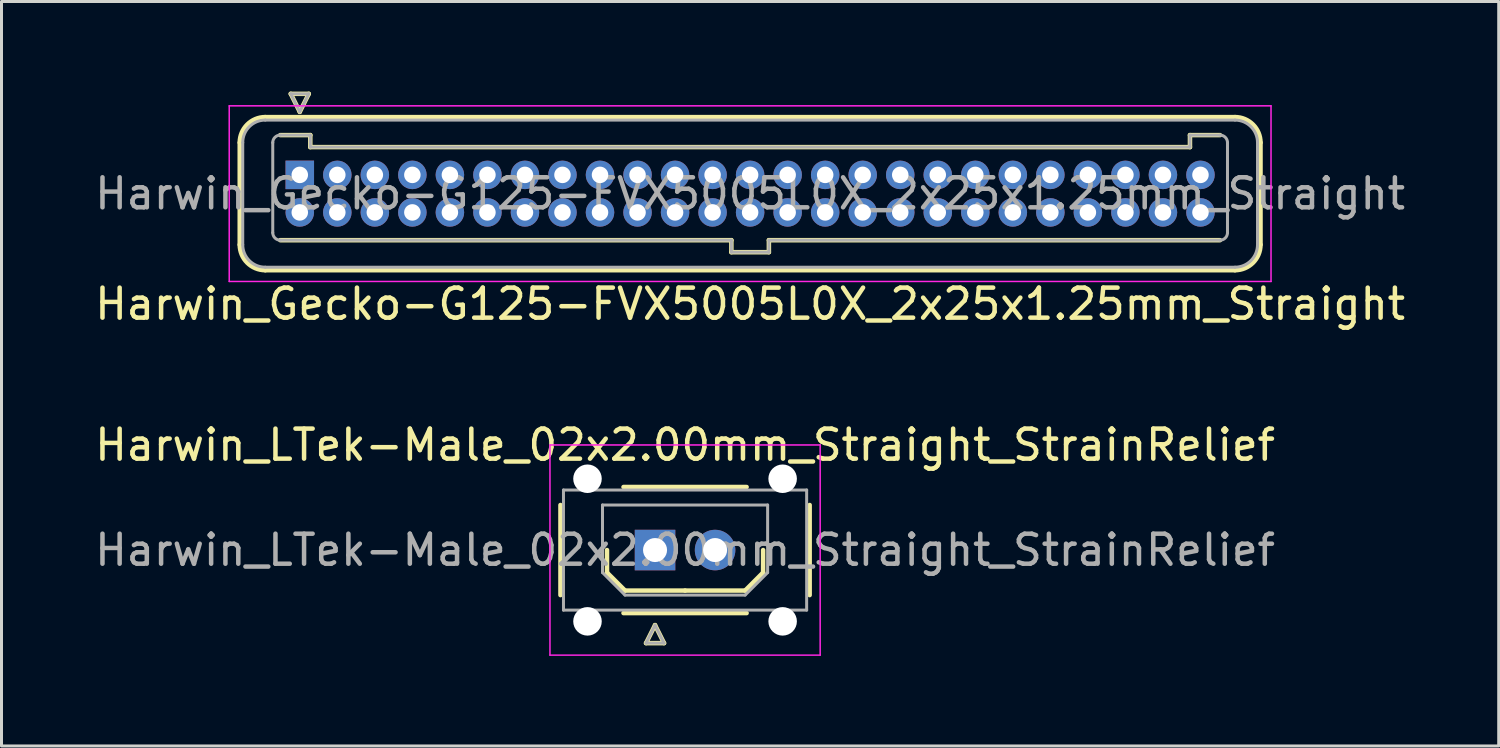
<source format=kicad_pcb>
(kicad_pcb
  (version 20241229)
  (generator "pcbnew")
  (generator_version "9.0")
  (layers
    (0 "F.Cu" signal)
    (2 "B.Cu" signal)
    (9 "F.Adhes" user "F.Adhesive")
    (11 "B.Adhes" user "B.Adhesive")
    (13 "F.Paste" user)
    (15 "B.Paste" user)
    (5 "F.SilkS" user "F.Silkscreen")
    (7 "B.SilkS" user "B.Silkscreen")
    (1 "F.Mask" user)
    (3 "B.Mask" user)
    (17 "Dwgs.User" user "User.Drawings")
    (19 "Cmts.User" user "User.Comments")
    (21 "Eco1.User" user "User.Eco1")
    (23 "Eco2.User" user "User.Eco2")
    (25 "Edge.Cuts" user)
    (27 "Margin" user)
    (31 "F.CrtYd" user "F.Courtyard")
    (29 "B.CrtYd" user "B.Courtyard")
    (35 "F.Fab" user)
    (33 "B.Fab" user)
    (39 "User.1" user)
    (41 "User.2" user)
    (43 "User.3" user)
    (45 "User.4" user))
  (footprint "Harwin_Gecko-G125-FVX5005L0X_2x25x1.25mm_Straight"
    (layer "F.Cu")
    (at 6.935 2.775)
    (property "Reference" "Harwin_Gecko-G125-FVX5005L0X_2x25x1.25mm_Straight" (at 15 4.3 0) (layer "F.SilkS") (effects (font (size 1 1) (thickness 0.15))))
    (attr through_hole)
    (fp_line (start -2 -1.075) (end -2 2.325) (stroke (width 0.15) (type solid)) (layer "F.SilkS"))
    (fp_line (start -1.15 -1.925) (end 31.15 -1.925) (stroke (width 0.15) (type solid)) (layer "F.SilkS"))
    (fp_line (start -1.15 3.175) (end 31.15 3.175) (stroke (width 0.15) (type solid)) (layer "F.SilkS"))
    (fp_line (start -0.65 -1.325) (end 0.35 -1.325) (stroke (width 0.15) (type solid)) (layer "F.SilkS"))
    (fp_line (start -0.65 2.175) (end 14.375 2.175) (stroke (width 0.15) (type solid)) (layer "F.SilkS"))
    (fp_line (start -0.3 -2.7) (end 0.3 -2.7) (stroke (width 0.15) (type solid)) (layer "F.SilkS"))
    (fp_line (start 0 -2.1) (end -0.3 -2.7) (stroke (width 0.15) (type solid)) (layer "F.SilkS"))
    (fp_line (start 0.3 -2.7) (end 0 -2.1) (stroke (width 0.15) (type solid)) (layer "F.SilkS"))
    (fp_line (start 0.35 -1.325) (end 0.35 -0.925) (stroke (width 0.15) (type solid)) (layer "F.SilkS"))
    (fp_line (start 0.35 -0.925) (end 29.65 -0.925) (stroke (width 0.15) (type solid)) (layer "F.SilkS"))
    (fp_line (start 14.375 2.175) (end 14.375 2.575) (stroke (width 0.15) (type solid)) (layer "F.SilkS"))
    (fp_line (start 14.375 2.575) (end 15.625 2.575) (stroke (width 0.15) (type solid)) (layer "F.SilkS"))
    (fp_line (start 15.625 2.175) (end 30.65 2.175) (stroke (width 0.15) (type solid)) (layer "F.SilkS"))
    (fp_line (start 15.625 2.575) (end 15.625 2.175) (stroke (width 0.15) (type solid)) (layer "F.SilkS"))
    (fp_line (start 29.65 -1.325) (end 30.65 -1.325) (stroke (width 0.15) (type solid)) (layer "F.SilkS"))
    (fp_line (start 29.65 -0.925) (end 29.65 -1.325) (stroke (width 0.15) (type solid)) (layer "F.SilkS"))
    (fp_line (start 32 -1.075) (end 32 2.325) (stroke (width 0.15) (type solid)) (layer "F.SilkS"))
    (fp_arc (start -2 -1.075) (mid -1.751041 -1.676041) (end -1.15 -1.925) (stroke (width 0.15) (type solid)) (layer "F.SilkS"))
    (fp_arc (start -1.15 3.175) (mid -1.751041 2.926041) (end -2 2.325) (stroke (width 0.15) (type solid)) (layer "F.SilkS"))
    (fp_arc (start 31.15 -1.925) (mid 31.751041 -1.676041) (end 32 -1.075) (stroke (width 0.15) (type solid)) (layer "F.SilkS"))
    (fp_arc (start 32 2.325) (mid 31.751041 2.926041) (end 31.15 3.175) (stroke (width 0.15) (type solid)) (layer "F.SilkS"))
    (fp_line (start -2.35 -2.3) (end -2.35 3.55) (stroke (width 0.05) (type solid)) (layer "F.CrtYd"))
    (fp_line (start -2.35 3.55) (end 32.35 3.55) (stroke (width 0.05) (type solid)) (layer "F.CrtYd"))
    (fp_line (start 32.35 -2.3) (end -2.35 -2.3) (stroke (width 0.05) (type solid)) (layer "F.CrtYd"))
    (fp_line (start 32.35 3.55) (end 32.35 -2.3) (stroke (width 0.05) (type solid)) (layer "F.CrtYd"))
    (fp_line (start -1.9 -1.075) (end -1.9 2.325) (stroke (width 0.1) (type solid)) (layer "F.Fab"))
    (fp_line (start -1.15 -1.825) (end 31.15 -1.825) (stroke (width 0.1) (type solid)) (layer "F.Fab"))
    (fp_line (start -1.15 3.075) (end 31.15 3.075) (stroke (width 0.1) (type solid)) (layer "F.Fab"))
    (fp_line (start -0.9 -1.075) (end -0.9 1.925) (stroke (width 0.1) (type solid)) (layer "F.Fab"))
    (fp_line (start -0.65 -1.325) (end 0.35 -1.325) (stroke (width 0.1) (type solid)) (layer "F.Fab"))
    (fp_line (start -0.65 2.175) (end 14.375 2.175) (stroke (width 0.1) (type solid)) (layer "F.Fab"))
    (fp_line (start -0.3 -2.7) (end 0.3 -2.7) (stroke (width 0.1) (type solid)) (layer "F.Fab"))
    (fp_line (start 0 -2.1) (end -0.3 -2.7) (stroke (width 0.1) (type solid)) (layer "F.Fab"))
    (fp_line (start 0.3 -2.7) (end 0 -2.1) (stroke (width 0.1) (type solid)) (layer "F.Fab"))
    (fp_line (start 0.35 -1.325) (end 0.35 -0.925) (stroke (width 0.1) (type solid)) (layer "F.Fab"))
    (fp_line (start 0.35 -0.925) (end 29.65 -0.925) (stroke (width 0.1) (type solid)) (layer "F.Fab"))
    (fp_line (start 14.375 2.175) (end 14.375 2.575) (stroke (width 0.1) (type solid)) (layer "F.Fab"))
    (fp_line (start 14.375 2.575) (end 15.625 2.575) (stroke (width 0.1) (type solid)) (layer "F.Fab"))
    (fp_line (start 15.625 2.175) (end 30.65 2.175) (stroke (width 0.1) (type solid)) (layer "F.Fab"))
    (fp_line (start 15.625 2.575) (end 15.625 2.175) (stroke (width 0.1) (type solid)) (layer "F.Fab"))
    (fp_line (start 29.65 -1.325) (end 30.65 -1.325) (stroke (width 0.1) (type solid)) (layer "F.Fab"))
    (fp_line (start 29.65 -0.925) (end 29.65 -1.325) (stroke (width 0.1) (type solid)) (layer "F.Fab"))
    (fp_line (start 30.9 -1.075) (end 30.9 1.925) (stroke (width 0.1) (type solid)) (layer "F.Fab"))
    (fp_line (start 31.9 -1.075) (end 31.9 2.325) (stroke (width 0.1) (type solid)) (layer "F.Fab"))
    (fp_arc (start -1.9 -1.075) (mid -1.68033 -1.60533) (end -1.15 -1.825) (stroke (width 0.1) (type solid)) (layer "F.Fab"))
    (fp_arc (start -1.15 3.075) (mid -1.68033 2.85533) (end -1.9 2.325) (stroke (width 0.1) (type solid)) (layer "F.Fab"))
    (fp_arc (start -0.9 -1.075) (mid -0.826777 -1.251777) (end -0.65 -1.325) (stroke (width 0.1) (type solid)) (layer "F.Fab"))
    (fp_arc (start -0.65 2.175) (mid -0.826777 2.101777) (end -0.9 1.925) (stroke (width 0.1) (type solid)) (layer "F.Fab"))
    (fp_arc (start 30.65 -1.325) (mid 30.826777 -1.251777) (end 30.9 -1.075) (stroke (width 0.1) (type solid)) (layer "F.Fab"))
    (fp_arc (start 30.9 1.925) (mid 30.826777 2.101777) (end 30.65 2.175) (stroke (width 0.1) (type solid)) (layer "F.Fab"))
    (fp_arc (start 31.15 -1.825) (mid 31.68033 -1.60533) (end 31.9 -1.075) (stroke (width 0.1) (type solid)) (layer "F.Fab"))
    (fp_arc (start 31.9 2.325) (mid 31.68033 2.85533) (end 31.15 3.075) (stroke (width 0.1) (type solid)) (layer "F.Fab"))
    (fp_text user "${REFERENCE}" (at 15 0.625 0) (layer "F.Fab") (effects (font (size 1 1) (thickness 0.15))))
    (pad "1" thru_hole rect (at 0 0) (size 0.95 0.95) (drill 0.55) (layers "*.Cu" "*.Mask"))
    (pad "2" thru_hole circle (at 1.25 0) (size 0.95 0.95) (drill 0.55) (layers "*.Cu" "*.Mask"))
    (pad "3" thru_hole circle (at 2.5 0) (size 0.95 0.95) (drill 0.55) (layers "*.Cu" "*.Mask"))
    (pad "4" thru_hole circle (at 3.75 0) (size 0.95 0.95) (drill 0.55) (layers "*.Cu" "*.Mask"))
    (pad "5" thru_hole circle (at 5 0) (size 0.95 0.95) (drill 0.55) (layers "*.Cu" "*.Mask"))
    (pad "6" thru_hole circle (at 6.25 0) (size 0.95 0.95) (drill 0.55) (layers "*.Cu" "*.Mask"))
    (pad "7" thru_hole circle (at 7.5 0) (size 0.95 0.95) (drill 0.55) (layers "*.Cu" "*.Mask"))
    (pad "8" thru_hole circle (at 8.75 0) (size 0.95 0.95) (drill 0.55) (layers "*.Cu" "*.Mask"))
    (pad "9" thru_hole circle (at 10 0) (size 0.95 0.95) (drill 0.55) (layers "*.Cu" "*.Mask"))
    (pad "10" thru_hole circle (at 11.25 0) (size 0.95 0.95) (drill 0.55) (layers "*.Cu" "*.Mask"))
    (pad "11" thru_hole circle (at 12.5 0) (size 0.95 0.95) (drill 0.55) (layers "*.Cu" "*.Mask"))
    (pad "12" thru_hole circle (at 13.75 0) (size 0.95 0.95) (drill 0.55) (layers "*.Cu" "*.Mask"))
    (pad "13" thru_hole circle (at 15 0) (size 0.95 0.95) (drill 0.55) (layers "*.Cu" "*.Mask"))
    (pad "14" thru_hole circle (at 16.25 0) (size 0.95 0.95) (drill 0.55) (layers "*.Cu" "*.Mask"))
    (pad "15" thru_hole circle (at 17.5 0) (size 0.95 0.95) (drill 0.55) (layers "*.Cu" "*.Mask"))
    (pad "16" thru_hole circle (at 18.75 0) (size 0.95 0.95) (drill 0.55) (layers "*.Cu" "*.Mask"))
    (pad "17" thru_hole circle (at 20 0) (size 0.95 0.95) (drill 0.55) (layers "*.Cu" "*.Mask"))
    (pad "18" thru_hole circle (at 21.25 0) (size 0.95 0.95) (drill 0.55) (layers "*.Cu" "*.Mask"))
    (pad "19" thru_hole circle (at 22.5 0) (size 0.95 0.95) (drill 0.55) (layers "*.Cu" "*.Mask"))
    (pad "20" thru_hole circle (at 23.75 0) (size 0.95 0.95) (drill 0.55) (layers "*.Cu" "*.Mask"))
    (pad "21" thru_hole circle (at 25 0) (size 0.95 0.95) (drill 0.55) (layers "*.Cu" "*.Mask"))
    (pad "22" thru_hole circle (at 26.25 0) (size 0.95 0.95) (drill 0.55) (layers "*.Cu" "*.Mask"))
    (pad "23" thru_hole circle (at 27.5 0) (size 0.95 0.95) (drill 0.55) (layers "*.Cu" "*.Mask"))
    (pad "24" thru_hole circle (at 28.75 0) (size 0.95 0.95) (drill 0.55) (layers "*.Cu" "*.Mask"))
    (pad "25" thru_hole circle (at 30 0) (size 0.95 0.95) (drill 0.55) (layers "*.Cu" "*.Mask"))
    (pad "26" thru_hole circle (at 0 1.25) (size 0.95 0.95) (drill 0.55) (layers "*.Cu" "*.Mask"))
    (pad "27" thru_hole circle (at 1.25 1.25) (size 0.95 0.95) (drill 0.55) (layers "*.Cu" "*.Mask"))
    (pad "28" thru_hole circle (at 2.5 1.25) (size 0.95 0.95) (drill 0.55) (layers "*.Cu" "*.Mask"))
    (pad "29" thru_hole circle (at 3.75 1.25) (size 0.95 0.95) (drill 0.55) (layers "*.Cu" "*.Mask"))
    (pad "30" thru_hole circle (at 5 1.25) (size 0.95 0.95) (drill 0.55) (layers "*.Cu" "*.Mask"))
    (pad "31" thru_hole circle (at 6.25 1.25) (size 0.95 0.95) (drill 0.55) (layers "*.Cu" "*.Mask"))
    (pad "32" thru_hole circle (at 7.5 1.25) (size 0.95 0.95) (drill 0.55) (layers "*.Cu" "*.Mask"))
    (pad "33" thru_hole circle (at 8.75 1.25) (size 0.95 0.95) (drill 0.55) (layers "*.Cu" "*.Mask"))
    (pad "34" thru_hole circle (at 10 1.25) (size 0.95 0.95) (drill 0.55) (layers "*.Cu" "*.Mask"))
    (pad "35" thru_hole circle (at 11.25 1.25) (size 0.95 0.95) (drill 0.55) (layers "*.Cu" "*.Mask"))
    (pad "36" thru_hole circle (at 12.5 1.25) (size 0.95 0.95) (drill 0.55) (layers "*.Cu" "*.Mask"))
    (pad "37" thru_hole circle (at 13.75 1.25) (size 0.95 0.95) (drill 0.55) (layers "*.Cu" "*.Mask"))
    (pad "38" thru_hole circle (at 15 1.25) (size 0.95 0.95) (drill 0.55) (layers "*.Cu" "*.Mask"))
    (pad "39" thru_hole circle (at 16.25 1.25) (size 0.95 0.95) (drill 0.55) (layers "*.Cu" "*.Mask"))
    (pad "40" thru_hole circle (at 17.5 1.25) (size 0.95 0.95) (drill 0.55) (layers "*.Cu" "*.Mask"))
    (pad "41" thru_hole circle (at 18.75 1.25) (size 0.95 0.95) (drill 0.55) (layers "*.Cu" "*.Mask"))
    (pad "42" thru_hole circle (at 20 1.25) (size 0.95 0.95) (drill 0.55) (layers "*.Cu" "*.Mask"))
    (pad "43" thru_hole circle (at 21.25 1.25) (size 0.95 0.95) (drill 0.55) (layers "*.Cu" "*.Mask"))
    (pad "44" thru_hole circle (at 22.5 1.25) (size 0.95 0.95) (drill 0.55) (layers "*.Cu" "*.Mask"))
    (pad "45" thru_hole circle (at 23.75 1.25) (size 0.95 0.95) (drill 0.55) (layers "*.Cu" "*.Mask"))
    (pad "46" thru_hole circle (at 25 1.25) (size 0.95 0.95) (drill 0.55) (layers "*.Cu" "*.Mask"))
    (pad "47" thru_hole circle (at 26.25 1.25) (size 0.95 0.95) (drill 0.55) (layers "*.Cu" "*.Mask"))
    (pad "48" thru_hole circle (at 27.5 1.25) (size 0.95 0.95) (drill 0.55) (layers "*.Cu" "*.Mask"))
    (pad "49" thru_hole circle (at 28.75 1.25) (size 0.95 0.95) (drill 0.55) (layers "*.Cu" "*.Mask"))
    (pad "50" thru_hole circle (at 30 1.25) (size 0.95 0.95) (drill 0.55) (layers "*.Cu" "*.Mask")))
  (footprint "Harwin_LTek-Male_02x2.00mm_Straight_StrainRelief"
    (layer "F.Cu")
    (at 18.768 15.271)
    (property "Reference" "Harwin_LTek-Male_02x2.00mm_Straight_StrainRelief" (at 1 -3.5 0) (layer "F.SilkS") (effects (font (size 1 1) (thickness 0.15))))
    (attr through_hole)
    (fp_line (start -3.15 -1.5) (end -3.15 1.5) (stroke (width 0.15) (type solid)) (layer "F.SilkS"))
    (fp_line (start -1.6 0) (end -1.6 0.75) (stroke (width 0.15) (type solid)) (layer "F.SilkS"))
    (fp_line (start -1.6 0.75) (end -1 1.35) (stroke (width 0.15) (type solid)) (layer "F.SilkS"))
    (fp_line (start -1.05 -2.1) (end 3.05 -2.1) (stroke (width 0.15) (type solid)) (layer "F.SilkS"))
    (fp_line (start -1.05 2.1) (end 3.05 2.1) (stroke (width 0.15) (type solid)) (layer "F.SilkS"))
    (fp_line (start -1 1.35) (end 1 1.35) (stroke (width 0.15) (type solid)) (layer "F.SilkS"))
    (fp_line (start -0.3 3.1) (end 0.3 3.1) (stroke (width 0.15) (type solid)) (layer "F.SilkS"))
    (fp_line (start 0 2.5) (end -0.3 3.1) (stroke (width 0.15) (type solid)) (layer "F.SilkS"))
    (fp_line (start 0.3 3.1) (end 0 2.5) (stroke (width 0.15) (type solid)) (layer "F.SilkS"))
    (fp_line (start 3 1.35) (end 1 1.35) (stroke (width 0.15) (type solid)) (layer "F.SilkS"))
    (fp_line (start 3.6 0) (end 3.6 0.75) (stroke (width 0.15) (type solid)) (layer "F.SilkS"))
    (fp_line (start 3.6 0.75) (end 3 1.35) (stroke (width 0.15) (type solid)) (layer "F.SilkS"))
    (fp_line (start 5.15 -1.5) (end 5.15 1.5) (stroke (width 0.15) (type solid)) (layer "F.SilkS"))
    (fp_line (start -3.5 -3.5) (end -3.5 3.5) (stroke (width 0.05) (type solid)) (layer "F.CrtYd"))
    (fp_line (start -3.5 3.5) (end 5.5 3.5) (stroke (width 0.05) (type solid)) (layer "F.CrtYd"))
    (fp_line (start 5.5 -3.5) (end -3.5 -3.5) (stroke (width 0.05) (type solid)) (layer "F.CrtYd"))
    (fp_line (start 5.5 3.5) (end 5.5 -3.5) (stroke (width 0.05) (type solid)) (layer "F.CrtYd"))
    (fp_line (start -3.05 -2) (end -3.05 2) (stroke (width 0.1) (type solid)) (layer "F.Fab"))
    (fp_line (start -3.05 2) (end 5.05 2) (stroke (width 0.1) (type solid)) (layer "F.Fab"))
    (fp_line (start -1.75 -1.5) (end 3.75 -1.5) (stroke (width 0.1) (type solid)) (layer "F.Fab"))
    (fp_line (start -1.75 0.75) (end -1.75 -1.5) (stroke (width 0.1) (type solid)) (layer "F.Fab"))
    (fp_line (start -1 1.5) (end -1.75 0.75) (stroke (width 0.1) (type solid)) (layer "F.Fab"))
    (fp_line (start -0.3 3.1) (end 0.3 3.1) (stroke (width 0.1) (type solid)) (layer "F.Fab"))
    (fp_line (start 0 2.5) (end -0.3 3.1) (stroke (width 0.1) (type solid)) (layer "F.Fab"))
    (fp_line (start 0.3 3.1) (end 0 2.5) (stroke (width 0.1) (type solid)) (layer "F.Fab"))
    (fp_line (start 3 1.5) (end -1 1.5) (stroke (width 0.1) (type solid)) (layer "F.Fab"))
    (fp_line (start 3.75 -1.5) (end 3.75 0.75) (stroke (width 0.1) (type solid)) (layer "F.Fab"))
    (fp_line (start 3.75 0.75) (end 3 1.5) (stroke (width 0.1) (type solid)) (layer "F.Fab"))
    (fp_line (start 5.05 -2) (end -3.05 -2) (stroke (width 0.1) (type solid)) (layer "F.Fab"))
    (fp_line (start 5.05 2) (end 5.05 -2) (stroke (width 0.1) (type solid)) (layer "F.Fab"))
    (fp_text user "${REFERENCE}" (at 1 0 0) (layer "F.Fab") (effects (font (size 1 1) (thickness 0.15))))
    (pad "" np_thru_hole circle (at -2.25 -2.375) (size 0.95 0.95) (drill 0.95) (layers "*.Cu" "*.Mask"))
    (pad "" np_thru_hole circle (at -2.25 2.375) (size 0.95 0.95) (drill 0.95) (layers "*.Cu" "*.Mask"))
    (pad "" np_thru_hole circle (at 4.25 -2.375) (size 0.95 0.95) (drill 0.95) (layers "*.Cu" "*.Mask"))
    (pad "" np_thru_hole circle (at 4.25 2.375) (size 0.95 0.95) (drill 0.95) (layers "*.Cu" "*.Mask"))
    (pad "1" thru_hole rect (at 0 0) (size 1.35 1.35) (drill 0.8) (layers "*.Cu" "*.Mask"))
    (pad "2" thru_hole circle (at 2 0) (size 1.35 1.35) (drill 0.8) (layers "*.Cu" "*.Mask")))
  (gr_rect
    (start -3 -3)
    (end 46.869 21.797)
    (stroke (width 0.1) (type default))
    (fill no)
    (layer "Edge.Cuts")))
</source>
